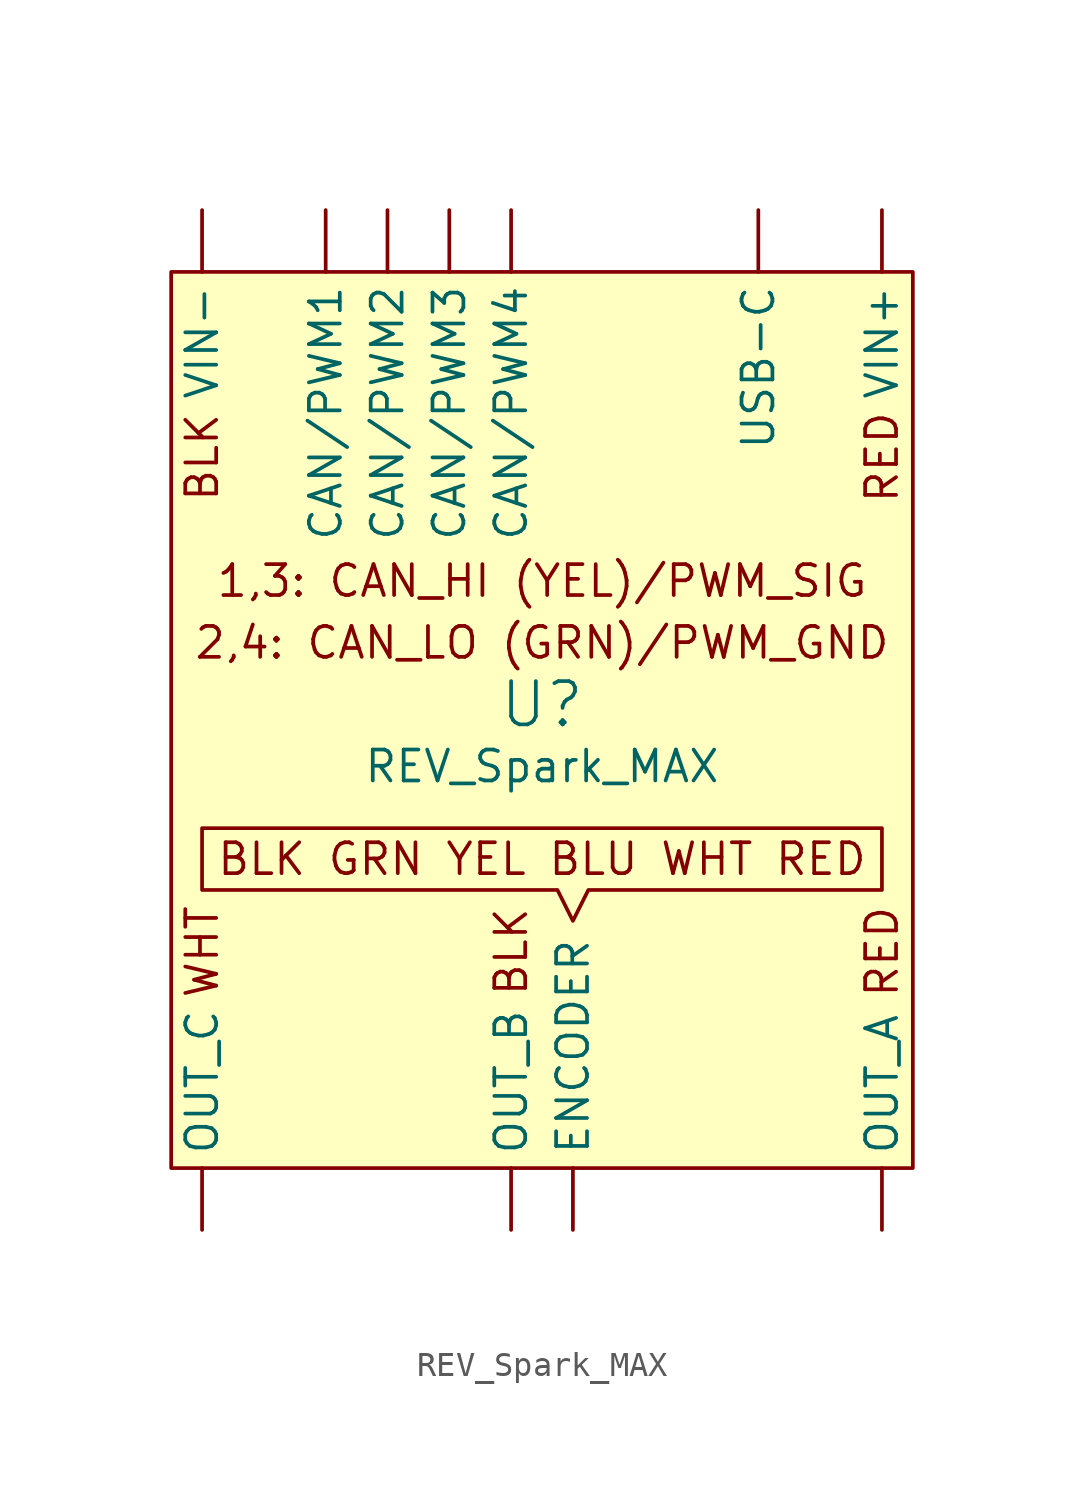
<source format=kicad_sym>
(kicad_symbol_lib
  (version 20220914)
  (generator kicad_symbol_editor)
  (symbol "REV_Spark_MAX"
    (property "Reference" "U"
      (at 0 1.27 0)
      (effects (font (size 1.778 1.778))))
    (property "Value" "REV_Spark_MAX"
      (at 0 -1.27 0)
      (effects (font (size 1.27 1.27))))
    (symbol "REV_Spark_MAX_0_0"
      (polyline (pts (xy 1.27 -7.62) (xy 1.905 -6.35) (xy 13.97 -6.35) (xy 13.97 -3.81) (xy -13.97 -3.81) (xy -13.97 -6.35) (xy 0.635 -6.35) (xy 1.27 -7.62)) (stroke (width 0) (type default)) (fill (type none)))
      (text "1,3: CAN_HI (YEL)/PWM_SIG" (at 0 6.35 0) (effects (font (size 1.27 1.27))))
      (text "2,4: CAN_LO (GRN)/PWM_GND" (at 0 3.81 0) (effects (font (size 1.27 1.27))))
      (text "BLK" (at -13.97 11.43 900) (effects (font (size 1.27 1.27))))
      (text "BLK" (at -1.27 -8.89 900) (effects (font (size 1.27 1.27))))
      (text "BLK GRN YEL BLU WHT RED" (at 0 -5.08 0) (effects (font (size 1.27 1.27))))
      (text "RED" (at 13.97 -8.89 900) (effects (font (size 1.27 1.27))))
      (text "RED" (at 13.97 11.43 900) (effects (font (size 1.27 1.27))))
      (text "WHT" (at -13.97 -8.89 900) (effects (font (size 1.27 1.27)))))
    (symbol "REV_Spark_MAX_0_1"
      (rectangle (start -15.24 19.05) (end 15.24 -17.78) (stroke (width 0) (type default)) (fill (type background))))
    (symbol "REV_Spark_MAX_1_1"
      (pin bidirectional line (at -8.89 21.59 270) (length 2.54) (name "CAN/PWM1" (effects (font (size 1.27 1.27)))) (number "" (effects (font (size 1.27 1.27)))))
      (pin bidirectional line (at -6.35 21.59 270) (length 2.54) (name "CAN/PWM2" (effects (font (size 1.27 1.27)))) (number "" (effects (font (size 1.27 1.27)))))
      (pin bidirectional line (at -3.81 21.59 270) (length 2.54) (name "CAN/PWM3" (effects (font (size 1.27 1.27)))) (number "" (effects (font (size 1.27 1.27)))))
      (pin bidirectional line (at -1.27 21.59 270) (length 2.54) (name "CAN/PWM4" (effects (font (size 1.27 1.27)))) (number "" (effects (font (size 1.27 1.27)))))
      (pin bidirectional line (at 1.27 -20.32 90) (length 2.54) (name "ENCODER" (effects (font (size 1.27 1.27)))) (number "" (effects (font (size 1.27 1.27)))))
      (pin power_out line (at 13.97 -20.32 90) (length 2.54) (name "OUT_A" (effects (font (size 1.27 1.27)))) (number "" (effects (font (size 1.27 1.27)))))
      (pin power_out line (at -1.27 -20.32 90) (length 2.54) (name "OUT_B" (effects (font (size 1.27 1.27)))) (number "" (effects (font (size 1.27 1.27)))))
      (pin power_out line (at -13.97 -20.32 90) (length 2.54) (name "OUT_C" (effects (font (size 1.27 1.27)))) (number "" (effects (font (size 1.27 1.27)))))
      (pin bidirectional line (at 8.89 21.59 270) (length 2.54) (name "USB-C" (effects (font (size 1.27 1.27)))) (number "" (effects (font (size 1.27 1.27)))))
      (pin power_in line (at 13.97 21.59 270) (length 2.54) (name "VIN+" (effects (font (size 1.27 1.27)))) (number "" (effects (font (size 1.27 1.27)))))
      (pin power_in line (at -13.97 21.59 270) (length 2.54) (name "VIN-" (effects (font (size 1.27 1.27)))) (number "" (effects (font (size 1.27 1.27))))))))
</source>
